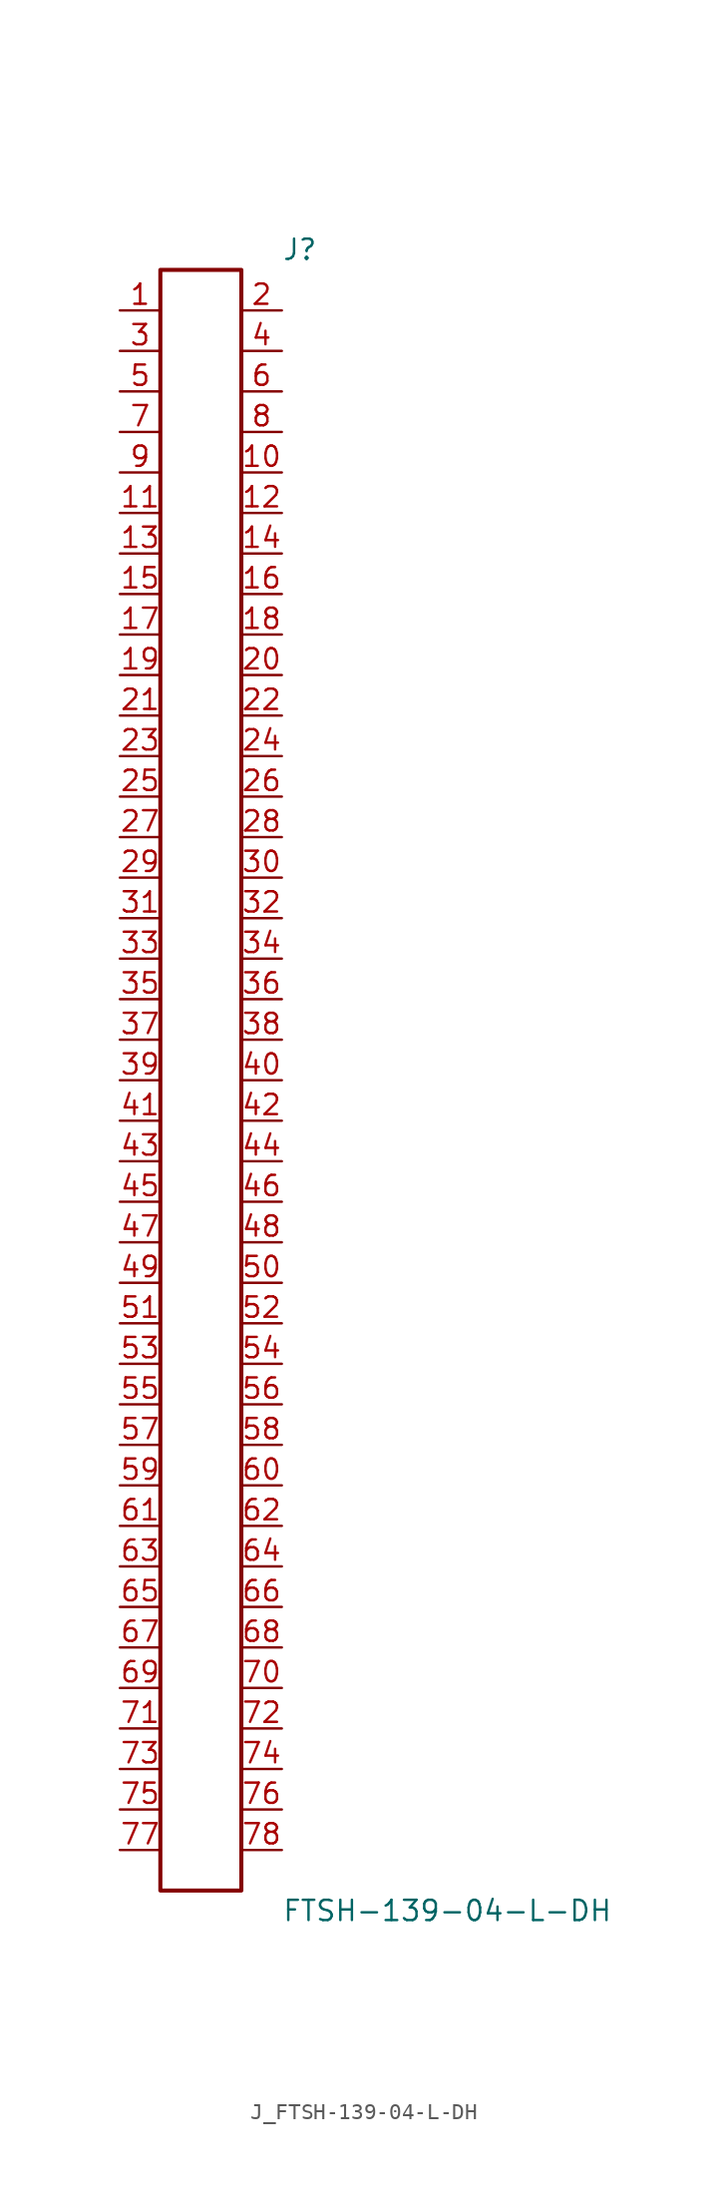
<source format=kicad_sym>
(kicad_symbol_lib
  (version 20231120)
  (generator kicad_symbol_editor)
  (generator_version 8.0)
  (symbol "J_FTSH-139-04-L-DH"
    (pin_names
      (offset 0.254))
    (property "Reference" "J"
      (at 5.08 52.07 0)
      (effects (font (size 1.27 1.27)) (justify left)))
    (property "Value" "FTSH-139-04-L-DH"
      (at 5.08 -52.07 0)
      (effects (font (size 1.27 1.27)) (justify left)))
    (symbol "J_FTSH-139-04-L-DH_0_0"
      (pin unspecified line (at -5.08 48.26 0) (length 2.54) (name "" (effects (font (size 1.27 1.27)))) (number "1" (effects (font (size 1.27 1.27)))))
      (pin unspecified line (at 5.08 48.26 180) (length 2.54) (name "" (effects (font (size 1.27 1.27)))) (number "2" (effects (font (size 1.27 1.27)))))
      (pin unspecified line (at -5.08 45.72 0) (length 2.54) (name "" (effects (font (size 1.27 1.27)))) (number "3" (effects (font (size 1.27 1.27)))))
      (pin unspecified line (at 5.08 45.72 180) (length 2.54) (name "" (effects (font (size 1.27 1.27)))) (number "4" (effects (font (size 1.27 1.27)))))
      (pin unspecified line (at -5.08 43.18 0) (length 2.54) (name "" (effects (font (size 1.27 1.27)))) (number "5" (effects (font (size 1.27 1.27)))))
      (pin unspecified line (at 5.08 43.18 180) (length 2.54) (name "" (effects (font (size 1.27 1.27)))) (number "6" (effects (font (size 1.27 1.27)))))
      (pin unspecified line (at -5.08 40.64 0) (length 2.54) (name "" (effects (font (size 1.27 1.27)))) (number "7" (effects (font (size 1.27 1.27)))))
      (pin unspecified line (at 5.08 40.64 180) (length 2.54) (name "" (effects (font (size 1.27 1.27)))) (number "8" (effects (font (size 1.27 1.27)))))
      (pin unspecified line (at -5.08 38.1 0) (length 2.54) (name "" (effects (font (size 1.27 1.27)))) (number "9" (effects (font (size 1.27 1.27)))))
      (pin unspecified line (at 5.08 38.1 180) (length 2.54) (name "" (effects (font (size 1.27 1.27)))) (number "10" (effects (font (size 1.27 1.27)))))
      (pin unspecified line (at -5.08 35.56 0) (length 2.54) (name "" (effects (font (size 1.27 1.27)))) (number "11" (effects (font (size 1.27 1.27)))))
      (pin unspecified line (at 5.08 35.56 180) (length 2.54) (name "" (effects (font (size 1.27 1.27)))) (number "12" (effects (font (size 1.27 1.27)))))
      (pin unspecified line (at -5.08 33.02 0) (length 2.54) (name "" (effects (font (size 1.27 1.27)))) (number "13" (effects (font (size 1.27 1.27)))))
      (pin unspecified line (at 5.08 33.02 180) (length 2.54) (name "" (effects (font (size 1.27 1.27)))) (number "14" (effects (font (size 1.27 1.27)))))
      (pin unspecified line (at -5.08 30.48 0) (length 2.54) (name "" (effects (font (size 1.27 1.27)))) (number "15" (effects (font (size 1.27 1.27)))))
      (pin unspecified line (at 5.08 30.48 180) (length 2.54) (name "" (effects (font (size 1.27 1.27)))) (number "16" (effects (font (size 1.27 1.27)))))
      (pin unspecified line (at -5.08 27.94 0) (length 2.54) (name "" (effects (font (size 1.27 1.27)))) (number "17" (effects (font (size 1.27 1.27)))))
      (pin unspecified line (at 5.08 27.94 180) (length 2.54) (name "" (effects (font (size 1.27 1.27)))) (number "18" (effects (font (size 1.27 1.27)))))
      (pin unspecified line (at -5.08 25.4 0) (length 2.54) (name "" (effects (font (size 1.27 1.27)))) (number "19" (effects (font (size 1.27 1.27)))))
      (pin unspecified line (at 5.08 25.4 180) (length 2.54) (name "" (effects (font (size 1.27 1.27)))) (number "20" (effects (font (size 1.27 1.27)))))
      (pin unspecified line (at -5.08 22.86 0) (length 2.54) (name "" (effects (font (size 1.27 1.27)))) (number "21" (effects (font (size 1.27 1.27)))))
      (pin unspecified line (at 5.08 22.86 180) (length 2.54) (name "" (effects (font (size 1.27 1.27)))) (number "22" (effects (font (size 1.27 1.27)))))
      (pin unspecified line (at -5.08 20.32 0) (length 2.54) (name "" (effects (font (size 1.27 1.27)))) (number "23" (effects (font (size 1.27 1.27)))))
      (pin unspecified line (at 5.08 20.32 180) (length 2.54) (name "" (effects (font (size 1.27 1.27)))) (number "24" (effects (font (size 1.27 1.27)))))
      (pin unspecified line (at -5.08 17.78 0) (length 2.54) (name "" (effects (font (size 1.27 1.27)))) (number "25" (effects (font (size 1.27 1.27)))))
      (pin unspecified line (at 5.08 17.78 180) (length 2.54) (name "" (effects (font (size 1.27 1.27)))) (number "26" (effects (font (size 1.27 1.27)))))
      (pin unspecified line (at -5.08 15.24 0) (length 2.54) (name "" (effects (font (size 1.27 1.27)))) (number "27" (effects (font (size 1.27 1.27)))))
      (pin unspecified line (at 5.08 15.24 180) (length 2.54) (name "" (effects (font (size 1.27 1.27)))) (number "28" (effects (font (size 1.27 1.27)))))
      (pin unspecified line (at -5.08 12.7 0) (length 2.54) (name "" (effects (font (size 1.27 1.27)))) (number "29" (effects (font (size 1.27 1.27)))))
      (pin unspecified line (at 5.08 12.7 180) (length 2.54) (name "" (effects (font (size 1.27 1.27)))) (number "30" (effects (font (size 1.27 1.27)))))
      (pin unspecified line (at -5.08 10.16 0) (length 2.54) (name "" (effects (font (size 1.27 1.27)))) (number "31" (effects (font (size 1.27 1.27)))))
      (pin unspecified line (at 5.08 10.16 180) (length 2.54) (name "" (effects (font (size 1.27 1.27)))) (number "32" (effects (font (size 1.27 1.27)))))
      (pin unspecified line (at -5.08 7.62 0) (length 2.54) (name "" (effects (font (size 1.27 1.27)))) (number "33" (effects (font (size 1.27 1.27)))))
      (pin unspecified line (at 5.08 7.62 180) (length 2.54) (name "" (effects (font (size 1.27 1.27)))) (number "34" (effects (font (size 1.27 1.27)))))
      (pin unspecified line (at -5.08 5.08 0) (length 2.54) (name "" (effects (font (size 1.27 1.27)))) (number "35" (effects (font (size 1.27 1.27)))))
      (pin unspecified line (at 5.08 5.08 180) (length 2.54) (name "" (effects (font (size 1.27 1.27)))) (number "36" (effects (font (size 1.27 1.27)))))
      (pin unspecified line (at -5.08 2.54 0) (length 2.54) (name "" (effects (font (size 1.27 1.27)))) (number "37" (effects (font (size 1.27 1.27)))))
      (pin unspecified line (at 5.08 2.54 180) (length 2.54) (name "" (effects (font (size 1.27 1.27)))) (number "38" (effects (font (size 1.27 1.27)))))
      (pin unspecified line (at -5.08 0.0 0) (length 2.54) (name "" (effects (font (size 1.27 1.27)))) (number "39" (effects (font (size 1.27 1.27)))))
      (pin unspecified line (at 5.08 0.0 180) (length 2.54) (name "" (effects (font (size 1.27 1.27)))) (number "40" (effects (font (size 1.27 1.27)))))
      (pin unspecified line (at -5.08 -2.54 0) (length 2.54) (name "" (effects (font (size 1.27 1.27)))) (number "41" (effects (font (size 1.27 1.27)))))
      (pin unspecified line (at 5.08 -2.54 180) (length 2.54) (name "" (effects (font (size 1.27 1.27)))) (number "42" (effects (font (size 1.27 1.27)))))
      (pin unspecified line (at -5.08 -5.08 0) (length 2.54) (name "" (effects (font (size 1.27 1.27)))) (number "43" (effects (font (size 1.27 1.27)))))
      (pin unspecified line (at 5.08 -5.08 180) (length 2.54) (name "" (effects (font (size 1.27 1.27)))) (number "44" (effects (font (size 1.27 1.27)))))
      (pin unspecified line (at -5.08 -7.62 0) (length 2.54) (name "" (effects (font (size 1.27 1.27)))) (number "45" (effects (font (size 1.27 1.27)))))
      (pin unspecified line (at 5.08 -7.62 180) (length 2.54) (name "" (effects (font (size 1.27 1.27)))) (number "46" (effects (font (size 1.27 1.27)))))
      (pin unspecified line (at -5.08 -10.16 0) (length 2.54) (name "" (effects (font (size 1.27 1.27)))) (number "47" (effects (font (size 1.27 1.27)))))
      (pin unspecified line (at 5.08 -10.16 180) (length 2.54) (name "" (effects (font (size 1.27 1.27)))) (number "48" (effects (font (size 1.27 1.27)))))
      (pin unspecified line (at -5.08 -12.7 0) (length 2.54) (name "" (effects (font (size 1.27 1.27)))) (number "49" (effects (font (size 1.27 1.27)))))
      (pin unspecified line (at 5.08 -12.7 180) (length 2.54) (name "" (effects (font (size 1.27 1.27)))) (number "50" (effects (font (size 1.27 1.27)))))
      (pin unspecified line (at -5.08 -15.24 0) (length 2.54) (name "" (effects (font (size 1.27 1.27)))) (number "51" (effects (font (size 1.27 1.27)))))
      (pin unspecified line (at 5.08 -15.24 180) (length 2.54) (name "" (effects (font (size 1.27 1.27)))) (number "52" (effects (font (size 1.27 1.27)))))
      (pin unspecified line (at -5.08 -17.78 0) (length 2.54) (name "" (effects (font (size 1.27 1.27)))) (number "53" (effects (font (size 1.27 1.27)))))
      (pin unspecified line (at 5.08 -17.78 180) (length 2.54) (name "" (effects (font (size 1.27 1.27)))) (number "54" (effects (font (size 1.27 1.27)))))
      (pin unspecified line (at -5.08 -20.32 0) (length 2.54) (name "" (effects (font (size 1.27 1.27)))) (number "55" (effects (font (size 1.27 1.27)))))
      (pin unspecified line (at 5.08 -20.32 180) (length 2.54) (name "" (effects (font (size 1.27 1.27)))) (number "56" (effects (font (size 1.27 1.27)))))
      (pin unspecified line (at -5.08 -22.86 0) (length 2.54) (name "" (effects (font (size 1.27 1.27)))) (number "57" (effects (font (size 1.27 1.27)))))
      (pin unspecified line (at 5.08 -22.86 180) (length 2.54) (name "" (effects (font (size 1.27 1.27)))) (number "58" (effects (font (size 1.27 1.27)))))
      (pin unspecified line (at -5.08 -25.4 0) (length 2.54) (name "" (effects (font (size 1.27 1.27)))) (number "59" (effects (font (size 1.27 1.27)))))
      (pin unspecified line (at 5.08 -25.4 180) (length 2.54) (name "" (effects (font (size 1.27 1.27)))) (number "60" (effects (font (size 1.27 1.27)))))
      (pin unspecified line (at -5.08 -27.94 0) (length 2.54) (name "" (effects (font (size 1.27 1.27)))) (number "61" (effects (font (size 1.27 1.27)))))
      (pin unspecified line (at 5.08 -27.94 180) (length 2.54) (name "" (effects (font (size 1.27 1.27)))) (number "62" (effects (font (size 1.27 1.27)))))
      (pin unspecified line (at -5.08 -30.48 0) (length 2.54) (name "" (effects (font (size 1.27 1.27)))) (number "63" (effects (font (size 1.27 1.27)))))
      (pin unspecified line (at 5.08 -30.48 180) (length 2.54) (name "" (effects (font (size 1.27 1.27)))) (number "64" (effects (font (size 1.27 1.27)))))
      (pin unspecified line (at -5.08 -33.02 0) (length 2.54) (name "" (effects (font (size 1.27 1.27)))) (number "65" (effects (font (size 1.27 1.27)))))
      (pin unspecified line (at 5.08 -33.02 180) (length 2.54) (name "" (effects (font (size 1.27 1.27)))) (number "66" (effects (font (size 1.27 1.27)))))
      (pin unspecified line (at -5.08 -35.56 0) (length 2.54) (name "" (effects (font (size 1.27 1.27)))) (number "67" (effects (font (size 1.27 1.27)))))
      (pin unspecified line (at 5.08 -35.56 180) (length 2.54) (name "" (effects (font (size 1.27 1.27)))) (number "68" (effects (font (size 1.27 1.27)))))
      (pin unspecified line (at -5.08 -38.1 0) (length 2.54) (name "" (effects (font (size 1.27 1.27)))) (number "69" (effects (font (size 1.27 1.27)))))
      (pin unspecified line (at 5.08 -38.1 180) (length 2.54) (name "" (effects (font (size 1.27 1.27)))) (number "70" (effects (font (size 1.27 1.27)))))
      (pin unspecified line (at -5.08 -40.64 0) (length 2.54) (name "" (effects (font (size 1.27 1.27)))) (number "71" (effects (font (size 1.27 1.27)))))
      (pin unspecified line (at 5.08 -40.64 180) (length 2.54) (name "" (effects (font (size 1.27 1.27)))) (number "72" (effects (font (size 1.27 1.27)))))
      (pin unspecified line (at -5.08 -43.18 0) (length 2.54) (name "" (effects (font (size 1.27 1.27)))) (number "73" (effects (font (size 1.27 1.27)))))
      (pin unspecified line (at 5.08 -43.18 180) (length 2.54) (name "" (effects (font (size 1.27 1.27)))) (number "74" (effects (font (size 1.27 1.27)))))
      (pin unspecified line (at -5.08 -45.72 0) (length 2.54) (name "" (effects (font (size 1.27 1.27)))) (number "75" (effects (font (size 1.27 1.27)))))
      (pin unspecified line (at 5.08 -45.72 180) (length 2.54) (name "" (effects (font (size 1.27 1.27)))) (number "76" (effects (font (size 1.27 1.27)))))
      (pin unspecified line (at -5.08 -48.26 0) (length 2.54) (name "" (effects (font (size 1.27 1.27)))) (number "77" (effects (font (size 1.27 1.27)))))
      (pin unspecified line (at 5.08 -48.26 180) (length 2.54) (name "" (effects (font (size 1.27 1.27)))) (number "78" (effects (font (size 1.27 1.27))))))
    (symbol "J_FTSH-139-04-L-DH_1_0"
      (rectangle (start -2.54 50.8) (end 2.54 -50.8) (stroke (width 0.254) (type solid)) (fill (type none))))))
</source>
